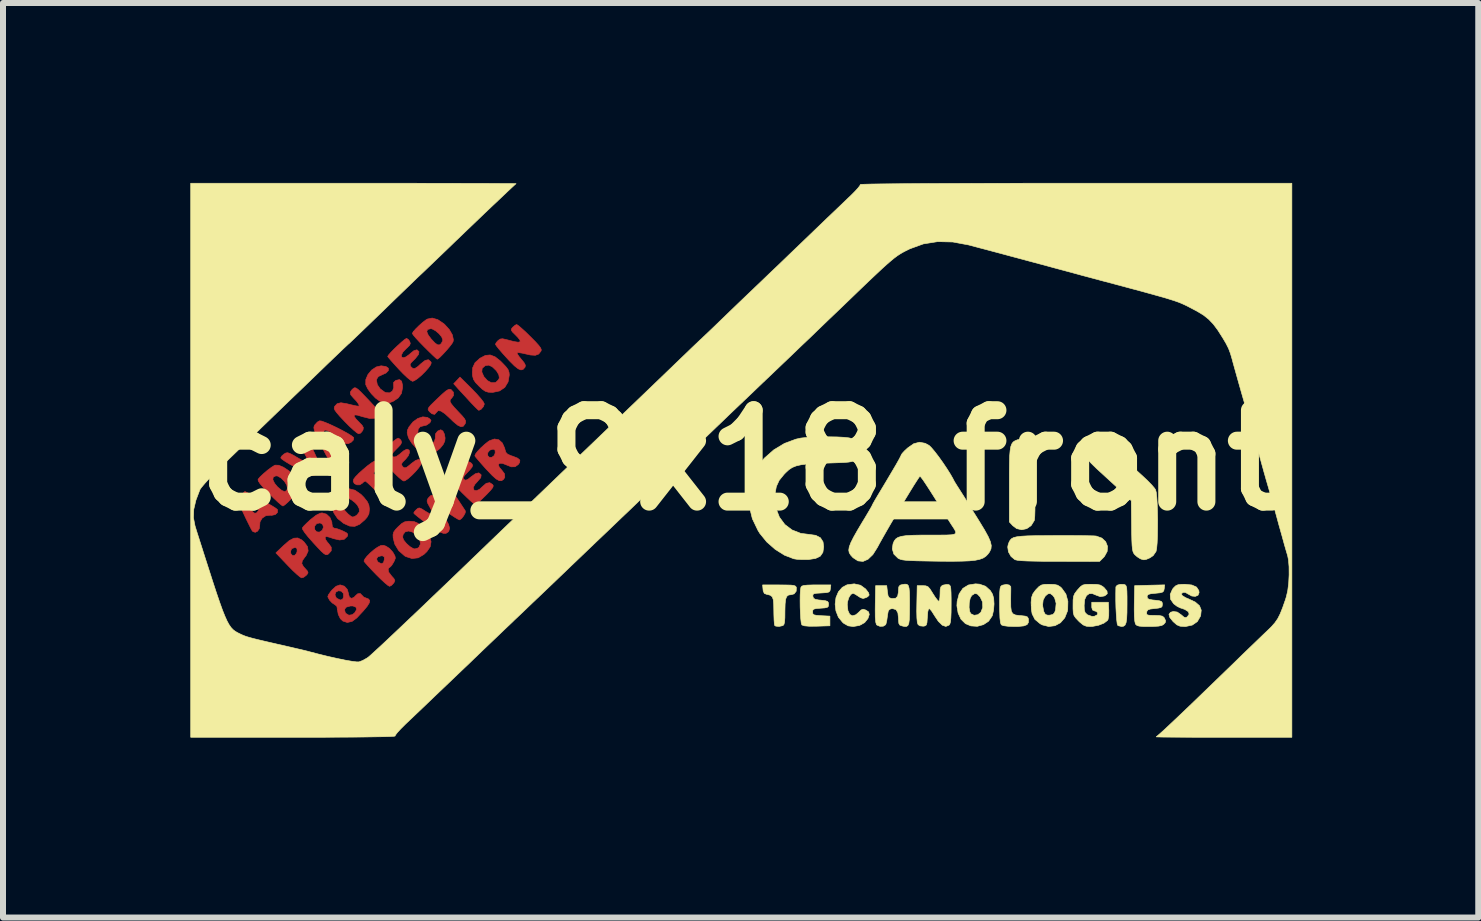
<source format=kicad_pcb>
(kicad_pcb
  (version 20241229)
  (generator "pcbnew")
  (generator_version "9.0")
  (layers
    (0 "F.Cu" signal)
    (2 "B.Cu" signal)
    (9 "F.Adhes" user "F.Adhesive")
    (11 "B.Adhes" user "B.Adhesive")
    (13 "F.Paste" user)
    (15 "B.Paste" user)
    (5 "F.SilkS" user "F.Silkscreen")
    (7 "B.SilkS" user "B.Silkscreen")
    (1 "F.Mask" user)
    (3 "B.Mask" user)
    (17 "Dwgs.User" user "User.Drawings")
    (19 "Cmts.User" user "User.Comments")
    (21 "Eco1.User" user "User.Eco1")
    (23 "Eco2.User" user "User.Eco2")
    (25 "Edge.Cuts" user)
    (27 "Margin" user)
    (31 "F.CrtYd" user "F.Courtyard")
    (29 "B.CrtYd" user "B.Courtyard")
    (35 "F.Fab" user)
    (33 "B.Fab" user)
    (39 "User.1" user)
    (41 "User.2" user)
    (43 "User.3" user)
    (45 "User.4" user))
  (footprint "caly_9x18_front"
    (layer "F.Cu")
    (at 9.296 4.623)
    (property "Reference" "caly_9x18_front" (at 0 0 0) (layer "F.SilkS") (effects (font (size 1.524 1.524) (thickness 0.3))))
    (attr through_hole)
    (fp_poly (pts (xy -4.475 -1.185) (xy -4.395 -1.101) (xy -4.33 -1.027) (xy -4.287 -0.971) (xy -4.272 -0.938) (xy -4.288 -0.894) (xy -4.325 -0.851) (xy -4.364 -0.832) (xy -4.384 -0.848) (xy -4.427 -0.89) (xy -4.487 -0.952) (xy -4.526 -0.994) (xy -4.598 -1.073) (xy -4.665 -1.145) (xy -4.715 -1.2) (xy -4.729 -1.216) (xy -4.783 -1.276) (xy -4.73 -1.331) (xy -4.678 -1.387) (xy -4.475 -1.185)) (stroke (width 0.01) (type solid)) (fill yes) (layer "F.Cu"))
    (fp_poly (pts (xy -6.042 0.043) (xy -6.04 0.096) (xy -6.072 0.154) (xy -6.121 0.216) (xy -5.97 0.369) (xy -5.904 0.438) (xy -5.852 0.496) (xy -5.823 0.536) (xy -5.819 0.545) (xy -5.836 0.58) (xy -5.875 0.619) (xy -5.915 0.644) (xy -5.926 0.647) (xy -5.952 0.631) (xy -6 0.589) (xy -6.063 0.529) (xy -6.094 0.496) (xy -6.16 0.43) (xy -6.215 0.379) (xy -6.25 0.35) (xy -6.257 0.346) (xy -6.285 0.362) (xy -6.304 0.381) (xy -6.348 0.409) (xy -6.397 0.409) (xy -6.439 0.388) (xy -6.458 0.351) (xy -6.45 0.315) (xy -6.417 0.272) (xy -6.361 0.215) (xy -6.293 0.154) (xy -6.222 0.094) (xy -6.156 0.045) (xy -6.107 0.015) (xy -6.084 0.009) (xy -6.042 0.043)) (stroke (width 0.01) (type solid)) (fill yes) (layer "F.Cu"))
    (fp_poly (pts (xy -4.826 -1.178) (xy -4.787 -1.135) (xy -4.785 -1.081) (xy -4.814 -1.039) (xy -4.839 -1.012) (xy -4.844 -0.983) (xy -4.825 -0.944) (xy -4.779 -0.887) (xy -4.708 -0.811) (xy -4.64 -0.739) (xy -4.601 -0.691) (xy -4.584 -0.656) (xy -4.585 -0.628) (xy -4.592 -0.609) (xy -4.622 -0.568) (xy -4.661 -0.559) (xy -4.715 -0.584) (xy -4.789 -0.645) (xy -4.838 -0.693) (xy -4.928 -0.776) (xy -4.996 -0.821) (xy -5.043 -0.828) (xy -5.071 -0.797) (xy -5.072 -0.797) (xy -5.101 -0.765) (xy -5.145 -0.775) (xy -5.186 -0.81) (xy -5.204 -0.833) (xy -5.21 -0.853) (xy -5.198 -0.88) (xy -5.165 -0.919) (xy -5.105 -0.978) (xy -5.051 -1.03) (xy -4.969 -1.107) (xy -4.913 -1.155) (xy -4.874 -1.179) (xy -4.846 -1.184) (xy -4.826 -1.178)) (stroke (width 0.01) (type solid)) (fill yes) (layer "F.Cu"))
    (fp_poly (pts (xy -7.317 1.327) (xy -7.275 1.364) (xy -7.22 1.439) (xy -7.209 1.512) (xy -7.243 1.588) (xy -7.262 1.612) (xy -7.306 1.674) (xy -7.315 1.723) (xy -7.287 1.774) (xy -7.258 1.805) (xy -7.22 1.848) (xy -7.211 1.876) (xy -7.228 1.904) (xy -7.239 1.916) (xy -7.283 1.95) (xy -7.318 1.96) (xy -7.347 1.943) (xy -7.4 1.898) (xy -7.47 1.833) (xy -7.548 1.753) (xy -7.551 1.75) (xy -7.747 1.544) (xy -7.721 1.519) (xy -7.503 1.519) (xy -7.496 1.56) (xy -7.468 1.59) (xy -7.432 1.584) (xy -7.403 1.551) (xy -7.393 1.518) (xy -7.395 1.471) (xy -7.42 1.455) (xy -7.434 1.455) (xy -7.483 1.473) (xy -7.503 1.519) (xy -7.721 1.519) (xy -7.616 1.419) (xy -7.524 1.339) (xy -7.448 1.299) (xy -7.382 1.295) (xy -7.317 1.327)) (stroke (width 0.01) (type solid)) (fill yes) (layer "F.Cu"))
    (fp_poly (pts (xy -5.912 -1.563) (xy -5.872 -1.535) (xy -5.871 -1.496) (xy -5.911 -1.455) (xy -5.981 -1.423) (xy -6.039 -1.396) (xy -6.065 -1.355) (xy -6.069 -1.331) (xy -6.056 -1.26) (xy -6.008 -1.191) (xy -5.936 -1.138) (xy -5.914 -1.128) (xy -5.851 -1.124) (xy -5.803 -1.155) (xy -5.782 -1.212) (xy -5.784 -1.247) (xy -5.785 -1.297) (xy -5.753 -1.328) (xy -5.742 -1.333) (xy -5.686 -1.345) (xy -5.651 -1.319) (xy -5.636 -1.252) (xy -5.635 -1.213) (xy -5.653 -1.116) (xy -5.707 -1.04) (xy -5.79 -0.984) (xy -5.87 -0.953) (xy -5.94 -0.955) (xy -6.019 -0.988) (xy -6.087 -1.038) (xy -6.156 -1.11) (xy -6.214 -1.189) (xy -6.248 -1.259) (xy -6.249 -1.263) (xy -6.248 -1.346) (xy -6.212 -1.43) (xy -6.151 -1.504) (xy -6.073 -1.556) (xy -5.992 -1.575) (xy -5.912 -1.563)) (stroke (width 0.01) (type solid)) (fill yes) (layer "F.Cu"))
    (fp_poly (pts (xy -7.251 -0.402) (xy -7.228 -0.368) (xy -7.193 -0.304) (xy -7.15 -0.219) (xy -7.105 -0.125) (xy -7.062 -0.031) (xy -7.026 0.051) (xy -7.003 0.111) (xy -6.997 0.136) (xy -7.016 0.189) (xy -7.064 0.233) (xy -7.121 0.253) (xy -7.125 0.253) (xy -7.162 0.242) (xy -7.23 0.213) (xy -7.319 0.17) (xy -7.417 0.12) (xy -7.513 0.067) (xy -7.592 0.019) (xy -7.645 -0.018) (xy -7.666 -0.04) (xy -7.666 -0.04) (xy -7.648 -0.072) (xy -7.61 -0.105) (xy -7.579 -0.122) (xy -7.55 -0.126) (xy -7.512 -0.113) (xy -7.452 -0.082) (xy -7.395 -0.048) (xy -7.319 -0.004) (xy -7.258 0.029) (xy -7.224 0.045) (xy -7.22 0.046) (xy -7.205 0.033) (xy -7.215 -0.007) (xy -7.25 -0.079) (xy -7.285 -0.142) (xy -7.326 -0.215) (xy -7.355 -0.275) (xy -7.366 -0.309) (xy -7.366 -0.309) (xy -7.351 -0.348) (xy -7.316 -0.384) (xy -7.277 -0.406) (xy -7.251 -0.402)) (stroke (width 0.01) (type solid)) (fill yes) (layer "F.Cu"))
    (fp_poly (pts (xy -6.429 0.499) (xy -6.328 0.569) (xy -6.279 0.619) (xy -6.224 0.688) (xy -6.197 0.745) (xy -6.188 0.808) (xy -6.188 0.819) (xy -6.196 0.892) (xy -6.228 0.951) (xy -6.263 0.991) (xy -6.351 1.067) (xy -6.433 1.102) (xy -6.517 1.097) (xy -6.613 1.054) (xy -6.62 1.05) (xy -6.718 0.971) (xy -6.781 0.877) (xy -6.809 0.778) (xy -6.807 0.743) (xy -6.65 0.743) (xy -6.634 0.786) (xy -6.595 0.841) (xy -6.544 0.895) (xy -6.494 0.935) (xy -6.464 0.947) (xy -6.425 0.932) (xy -6.392 0.909) (xy -6.356 0.86) (xy -6.358 0.806) (xy -6.388 0.748) (xy -6.428 0.705) (xy -6.485 0.661) (xy -6.54 0.63) (xy -6.567 0.623) (xy -6.598 0.642) (xy -6.63 0.685) (xy -6.649 0.732) (xy -6.65 0.743) (xy -6.807 0.743) (xy -6.802 0.679) (xy -6.758 0.591) (xy -6.679 0.519) (xy -6.631 0.494) (xy -6.529 0.474) (xy -6.429 0.499)) (stroke (width 0.01) (type solid)) (fill yes) (layer "F.Cu"))
    (fp_poly (pts (xy -5.44 1.023) (xy -5.378 1.05) (xy -5.319 1.095) (xy -5.255 1.162) (xy -5.201 1.238) (xy -5.185 1.267) (xy -5.16 1.357) (xy -5.174 1.44) (xy -5.229 1.521) (xy -5.28 1.57) (xy -5.375 1.626) (xy -5.478 1.638) (xy -5.581 1.605) (xy -5.6 1.594) (xy -5.699 1.507) (xy -5.765 1.398) (xy -5.79 1.301) (xy -5.792 1.284) (xy -5.634 1.284) (xy -5.616 1.331) (xy -5.571 1.387) (xy -5.514 1.438) (xy -5.457 1.472) (xy -5.43 1.478) (xy -5.379 1.463) (xy -5.362 1.45) (xy -5.336 1.394) (xy -5.349 1.325) (xy -5.4 1.25) (xy -5.401 1.249) (xy -5.469 1.197) (xy -5.535 1.179) (xy -5.591 1.193) (xy -5.626 1.237) (xy -5.634 1.284) (xy -5.792 1.284) (xy -5.794 1.241) (xy -5.783 1.197) (xy -5.751 1.152) (xy -5.709 1.109) (xy -5.649 1.054) (xy -5.599 1.026) (xy -5.541 1.016) (xy -5.514 1.016) (xy -5.44 1.023)) (stroke (width 0.01) (type solid)) (fill yes) (layer "F.Cu"))
    (fp_poly (pts (xy -4.093 -1.725) (xy -4.003 -1.654) (xy -3.98 -1.631) (xy -3.914 -1.562) (xy -3.876 -1.511) (xy -3.86 -1.465) (xy -3.856 -1.422) (xy -3.876 -1.306) (xy -3.931 -1.215) (xy -4.018 -1.156) (xy -4.131 -1.132) (xy -4.14 -1.132) (xy -4.207 -1.135) (xy -4.257 -1.151) (xy -4.309 -1.187) (xy -4.356 -1.231) (xy -4.418 -1.295) (xy -4.453 -1.349) (xy -4.469 -1.41) (xy -4.471 -1.433) (xy -4.47 -1.472) (xy -4.314 -1.472) (xy -4.28 -1.395) (xy -4.22 -1.328) (xy -4.154 -1.293) (xy -4.092 -1.295) (xy -4.076 -1.303) (xy -4.036 -1.342) (xy -4.022 -1.372) (xy -4.031 -1.427) (xy -4.07 -1.492) (xy -4.13 -1.55) (xy -4.146 -1.562) (xy -4.2 -1.586) (xy -4.25 -1.579) (xy -4.261 -1.574) (xy -4.308 -1.533) (xy -4.314 -1.472) (xy -4.47 -1.472) (xy -4.467 -1.541) (xy -4.427 -1.627) (xy -4.345 -1.701) (xy -4.343 -1.702) (xy -4.255 -1.748) (xy -4.175 -1.756) (xy -4.093 -1.725)) (stroke (width 0.01) (type solid)) (fill yes) (layer "F.Cu"))
    (fp_poly (pts (xy -7.997 0.658) (xy -7.896 0.712) (xy -7.811 0.76) (xy -7.749 0.799) (xy -7.72 0.823) (xy -7.719 0.825) (xy -7.721 0.871) (xy -7.757 0.905) (xy -7.817 0.918) (xy -7.842 0.916) (xy -7.915 0.924) (xy -7.976 0.965) (xy -8.012 1.027) (xy -8.016 1.077) (xy -8.023 1.137) (xy -8.051 1.181) (xy -8.09 1.201) (xy -8.129 1.189) (xy -8.144 1.172) (xy -8.169 1.126) (xy -8.205 1.054) (xy -8.248 0.967) (xy -8.291 0.875) (xy -8.331 0.788) (xy -8.331 0.787) (xy -8.191 0.787) (xy -8.153 0.841) (xy -8.147 0.847) (xy -8.106 0.881) (xy -8.074 0.88) (xy -8.067 0.874) (xy -8.04 0.843) (xy -8.036 0.83) (xy -8.055 0.793) (xy -8.098 0.757) (xy -8.147 0.739) (xy -8.153 0.739) (xy -8.191 0.751) (xy -8.191 0.787) (xy -8.331 0.787) (xy -8.362 0.716) (xy -8.38 0.67) (xy -8.382 0.661) (xy -8.366 0.626) (xy -8.328 0.581) (xy -8.323 0.576) (xy -8.263 0.52) (xy -7.997 0.658)) (stroke (width 0.01) (type solid)) (fill yes) (layer "F.Cu"))
    (fp_poly (pts (xy -7.699 0.083) (xy -7.622 0.115) (xy -7.54 0.169) (xy -7.465 0.237) (xy -7.407 0.313) (xy -7.399 0.328) (xy -7.37 0.402) (xy -7.371 0.469) (xy -7.404 0.539) (xy -7.472 0.623) (xy -7.485 0.636) (xy -7.546 0.697) (xy -7.597 0.742) (xy -7.628 0.762) (xy -7.63 0.762) (xy -7.656 0.746) (xy -7.706 0.704) (xy -7.774 0.64) (xy -7.853 0.563) (xy -7.86 0.556) (xy -7.951 0.46) (xy -8.011 0.39) (xy -8.041 0.344) (xy -8.043 0.324) (xy -7.798 0.324) (xy -7.768 0.385) (xy -7.721 0.442) (xy -7.65 0.503) (xy -7.598 0.523) (xy -7.565 0.501) (xy -7.555 0.465) (xy -7.566 0.412) (xy -7.604 0.352) (xy -7.658 0.298) (xy -7.713 0.264) (xy -7.746 0.259) (xy -7.791 0.28) (xy -7.798 0.324) (xy -8.043 0.324) (xy -8.044 0.317) (xy -8.043 0.316) (xy -8.01 0.277) (xy -7.953 0.223) (xy -7.885 0.165) (xy -7.819 0.116) (xy -7.769 0.085) (xy -7.76 0.081) (xy -7.699 0.083)) (stroke (width 0.01) (type solid)) (fill yes) (layer "F.Cu"))
    (fp_poly (pts (xy -5.222 -0.715) (xy -5.185 -0.693) (xy -5.161 -0.667) (xy -5.17 -0.64) (xy -5.187 -0.62) (xy -5.236 -0.586) (xy -5.275 -0.577) (xy -5.34 -0.561) (xy -5.375 -0.518) (xy -5.38 -0.458) (xy -5.353 -0.391) (xy -5.294 -0.325) (xy -5.294 -0.325) (xy -5.238 -0.283) (xy -5.195 -0.258) (xy -5.182 -0.254) (xy -5.139 -0.274) (xy -5.103 -0.319) (xy -5.088 -0.371) (xy -5.09 -0.388) (xy -5.086 -0.44) (xy -5.051 -0.486) (xy -5.001 -0.508) (xy -4.997 -0.508) (xy -4.963 -0.488) (xy -4.938 -0.437) (xy -4.926 -0.371) (xy -4.931 -0.32) (xy -4.957 -0.265) (xy -5.005 -0.205) (xy -5.025 -0.186) (xy -5.092 -0.137) (xy -5.162 -0.118) (xy -5.208 -0.115) (xy -5.275 -0.12) (xy -5.328 -0.141) (xy -5.387 -0.185) (xy -5.411 -0.207) (xy -5.478 -0.281) (xy -5.528 -0.359) (xy -5.541 -0.39) (xy -5.558 -0.455) (xy -5.554 -0.502) (xy -5.528 -0.556) (xy -5.461 -0.64) (xy -5.382 -0.697) (xy -5.298 -0.724) (xy -5.222 -0.715)) (stroke (width 0.01) (type solid)) (fill yes) (layer "F.Cu"))
    (fp_poly (pts (xy -5.049 -2.345) (xy -4.949 -2.278) (xy -4.935 -2.266) (xy -4.856 -2.179) (xy -4.805 -2.091) (xy -4.788 -2.01) (xy -4.793 -1.978) (xy -4.813 -1.943) (xy -4.855 -1.889) (xy -4.909 -1.826) (xy -4.965 -1.765) (xy -5.015 -1.715) (xy -5.05 -1.688) (xy -5.057 -1.686) (xy -5.077 -1.701) (xy -5.123 -1.743) (xy -5.188 -1.806) (xy -5.265 -1.882) (xy -5.271 -1.888) (xy -5.348 -1.967) (xy -5.412 -2.036) (xy -5.455 -2.087) (xy -5.472 -2.114) (xy -5.473 -2.114) (xy -5.456 -2.144) (xy -5.455 -2.145) (xy -5.232 -2.145) (xy -5.207 -2.087) (xy -5.158 -2.022) (xy -5.097 -1.957) (xy -5.054 -1.926) (xy -5.021 -1.923) (xy -4.992 -1.944) (xy -4.967 -1.99) (xy -4.965 -2.009) (xy -4.983 -2.056) (xy -5.028 -2.111) (xy -5.086 -2.16) (xy -5.143 -2.19) (xy -5.164 -2.194) (xy -5.217 -2.181) (xy -5.232 -2.145) (xy -5.455 -2.145) (xy -5.414 -2.192) (xy -5.358 -2.247) (xy -5.297 -2.301) (xy -5.243 -2.342) (xy -5.223 -2.354) (xy -5.141 -2.371) (xy -5.049 -2.345)) (stroke (width 0.01) (type solid)) (fill yes) (layer "F.Cu"))
    (fp_poly (pts (xy -6.984 -0.653) (xy -6.918 -0.629) (xy -6.832 -0.592) (xy -6.737 -0.547) (xy -6.641 -0.498) (xy -6.555 -0.451) (xy -6.489 -0.41) (xy -6.452 -0.381) (xy -6.449 -0.375) (xy -6.455 -0.338) (xy -6.49 -0.302) (xy -6.538 -0.278) (xy -6.583 -0.278) (xy -6.587 -0.28) (xy -6.641 -0.286) (xy -6.696 -0.26) (xy -6.74 -0.213) (xy -6.761 -0.157) (xy -6.756 -0.124) (xy -6.757 -0.07) (xy -6.787 -0.018) (xy -6.824 0.008) (xy -6.844 0.005) (xy -6.87 -0.024) (xy -6.906 -0.081) (xy -6.954 -0.173) (xy -6.996 -0.258) (xy -7.05 -0.371) (xy -7.086 -0.451) (xy -7.09 -0.461) (xy -6.95 -0.461) (xy -6.936 -0.392) (xy -6.899 -0.339) (xy -6.85 -0.308) (xy -6.799 -0.309) (xy -6.768 -0.332) (xy -6.752 -0.38) (xy -6.779 -0.43) (xy -6.841 -0.473) (xy -6.904 -0.501) (xy -6.937 -0.503) (xy -6.95 -0.479) (xy -6.95 -0.461) (xy -7.09 -0.461) (xy -7.107 -0.506) (xy -7.114 -0.542) (xy -7.109 -0.569) (xy -7.097 -0.591) (xy -7.055 -0.637) (xy -7.019 -0.658) (xy -6.984 -0.653)) (stroke (width 0.01) (type solid)) (fill yes) (layer "F.Cu"))
    (fp_poly (pts (xy -5.911 1.432) (xy -5.853 1.47) (xy -5.8 1.529) (xy -5.792 1.541) (xy -5.762 1.595) (xy -5.755 1.632) (xy -5.771 1.674) (xy -5.784 1.7) (xy -5.815 1.75) (xy -5.839 1.777) (xy -5.843 1.778) (xy -5.865 1.796) (xy -5.875 1.817) (xy -5.868 1.863) (xy -5.821 1.925) (xy -5.82 1.927) (xy -5.778 1.974) (xy -5.764 2.005) (xy -5.776 2.036) (xy -5.786 2.05) (xy -5.823 2.088) (xy -5.852 2.101) (xy -5.879 2.086) (xy -5.931 2.043) (xy -5.999 1.98) (xy -6.076 1.904) (xy -6.152 1.825) (xy -6.215 1.757) (xy -6.259 1.707) (xy -6.278 1.682) (xy -6.267 1.651) (xy -6.261 1.643) (xy -6.068 1.643) (xy -6.054 1.685) (xy -6.037 1.701) (xy -5.986 1.725) (xy -5.953 1.706) (xy -5.939 1.655) (xy -5.94 1.61) (xy -5.967 1.594) (xy -5.991 1.593) (xy -6.045 1.608) (xy -6.068 1.643) (xy -6.261 1.643) (xy -6.23 1.602) (xy -6.174 1.545) (xy -6.11 1.49) (xy -6.055 1.451) (xy -5.998 1.421) (xy -5.953 1.418) (xy -5.911 1.432)) (stroke (width 0.01) (type solid)) (fill yes) (layer "F.Cu"))
    (fp_poly (pts (xy -4.031 -0.342) (xy -3.972 -0.289) (xy -3.932 -0.2) (xy -3.928 -0.18) (xy -3.913 -0.132) (xy -3.883 -0.101) (xy -3.825 -0.076) (xy -3.799 -0.068) (xy -3.718 -0.036) (xy -3.68 -0.003) (xy -3.683 0.036) (xy -3.707 0.071) (xy -3.76 0.108) (xy -3.824 0.109) (xy -3.894 0.081) (xy -3.97 0.051) (xy -4.02 0.05) (xy -4.039 0.074) (xy -4.022 0.118) (xy -3.983 0.162) (xy -3.935 0.226) (xy -3.931 0.284) (xy -3.953 0.319) (xy -3.986 0.341) (xy -4.025 0.339) (xy -4.074 0.312) (xy -4.139 0.255) (xy -4.225 0.164) (xy -4.241 0.148) (xy -4.313 0.067) (xy -4.373 -0.002) (xy -4.414 -0.051) (xy -4.43 -0.074) (xy -4.428 -0.079) (xy -4.217 -0.079) (xy -4.187 -0.049) (xy -4.146 -0.05) (xy -4.108 -0.078) (xy -4.091 -0.121) (xy -4.093 -0.168) (xy -4.118 -0.184) (xy -4.129 -0.185) (xy -4.182 -0.168) (xy -4.215 -0.126) (xy -4.217 -0.079) (xy -4.428 -0.079) (xy -4.42 -0.103) (xy -4.383 -0.151) (xy -4.328 -0.209) (xy -4.264 -0.267) (xy -4.202 -0.316) (xy -4.186 -0.326) (xy -4.104 -0.355) (xy -4.031 -0.342)) (stroke (width 0.01) (type solid)) (fill yes) (layer "F.Cu"))
    (fp_poly (pts (xy -3.707 -2.247) (xy -3.657 -2.205) (xy -3.588 -2.143) (xy -3.51 -2.066) (xy -3.506 -2.063) (xy -3.42 -1.976) (xy -3.364 -1.914) (xy -3.333 -1.871) (xy -3.322 -1.841) (xy -3.327 -1.821) (xy -3.366 -1.771) (xy -3.422 -1.75) (xy -3.503 -1.755) (xy -3.566 -1.769) (xy -3.641 -1.786) (xy -3.7 -1.795) (xy -3.724 -1.795) (xy -3.723 -1.776) (xy -3.696 -1.733) (xy -3.659 -1.688) (xy -3.609 -1.627) (xy -3.588 -1.586) (xy -3.592 -1.556) (xy -3.594 -1.551) (xy -3.625 -1.516) (xy -3.661 -1.506) (xy -3.708 -1.525) (xy -3.771 -1.575) (xy -3.854 -1.658) (xy -3.898 -1.706) (xy -3.971 -1.787) (xy -4.031 -1.857) (xy -4.072 -1.909) (xy -4.087 -1.934) (xy -4.087 -1.934) (xy -4.072 -1.964) (xy -4.042 -1.997) (xy -4.007 -2.021) (xy -3.968 -2.026) (xy -3.906 -2.012) (xy -3.897 -2.01) (xy -3.783 -1.98) (xy -3.709 -1.968) (xy -3.675 -1.976) (xy -3.678 -2.004) (xy -3.717 -2.053) (xy -3.755 -2.091) (xy -3.804 -2.14) (xy -3.823 -2.17) (xy -3.817 -2.195) (xy -3.798 -2.218) (xy -3.758 -2.252) (xy -3.732 -2.263) (xy -3.707 -2.247)) (stroke (width 0.01) (type solid)) (fill yes) (layer "F.Cu"))
    (fp_poly (pts (xy -5.677 -0.351) (xy -5.659 -0.327) (xy -5.652 -0.295) (xy -5.669 -0.26) (xy -5.717 -0.208) (xy -5.728 -0.198) (xy -5.788 -0.136) (xy -5.814 -0.095) (xy -5.808 -0.069) (xy -5.783 -0.054) (xy -5.741 -0.061) (xy -5.683 -0.102) (xy -5.672 -0.112) (xy -5.618 -0.157) (xy -5.571 -0.182) (xy -5.558 -0.185) (xy -5.525 -0.169) (xy -5.519 -0.129) (xy -5.539 -0.076) (xy -5.582 -0.021) (xy -5.588 -0.015) (xy -5.639 0.035) (xy -5.654 0.071) (xy -5.637 0.102) (xy -5.623 0.115) (xy -5.597 0.127) (xy -5.563 0.115) (xy -5.512 0.075) (xy -5.494 0.059) (xy -5.419 0.003) (xy -5.362 -0.016) (xy -5.325 0.004) (xy -5.315 0.032) (xy -5.327 0.068) (xy -5.365 0.124) (xy -5.42 0.189) (xy -5.483 0.253) (xy -5.544 0.307) (xy -5.593 0.34) (xy -5.614 0.346) (xy -5.644 0.33) (xy -5.697 0.286) (xy -5.765 0.221) (xy -5.839 0.144) (xy -5.912 0.064) (xy -5.972 -0.007) (xy -6.012 -0.059) (xy -6.027 -0.085) (xy -6.01 -0.111) (xy -5.967 -0.158) (xy -5.908 -0.215) (xy -5.842 -0.273) (xy -5.779 -0.324) (xy -5.73 -0.359) (xy -5.707 -0.369) (xy -5.677 -0.351)) (stroke (width 0.01) (type solid)) (fill yes) (layer "F.Cu"))
    (fp_poly (pts (xy -5.539 -2.014) (xy -5.517 -1.983) (xy -5.506 -1.949) (xy -5.517 -1.918) (xy -5.559 -1.875) (xy -5.574 -1.862) (xy -5.629 -1.804) (xy -5.655 -1.754) (xy -5.65 -1.72) (xy -5.618 -1.709) (xy -5.578 -1.724) (xy -5.525 -1.762) (xy -5.504 -1.781) (xy -5.445 -1.828) (xy -5.399 -1.841) (xy -5.393 -1.84) (xy -5.361 -1.81) (xy -5.37 -1.763) (xy -5.422 -1.697) (xy -5.442 -1.677) (xy -5.492 -1.627) (xy -5.51 -1.595) (xy -5.503 -1.569) (xy -5.497 -1.561) (xy -5.464 -1.531) (xy -5.429 -1.531) (xy -5.382 -1.561) (xy -5.331 -1.608) (xy -5.26 -1.664) (xy -5.205 -1.677) (xy -5.166 -1.646) (xy -5.157 -1.626) (xy -5.166 -1.594) (xy -5.202 -1.542) (xy -5.257 -1.48) (xy -5.32 -1.417) (xy -5.384 -1.363) (xy -5.438 -1.327) (xy -5.468 -1.316) (xy -5.5 -1.333) (xy -5.555 -1.377) (xy -5.626 -1.444) (xy -5.694 -1.515) (xy -5.766 -1.594) (xy -5.826 -1.661) (xy -5.867 -1.709) (xy -5.883 -1.73) (xy -5.87 -1.753) (xy -5.832 -1.797) (xy -5.777 -1.854) (xy -5.714 -1.914) (xy -5.652 -1.97) (xy -5.602 -2.012) (xy -5.57 -2.032) (xy -5.568 -2.032) (xy -5.539 -2.014)) (stroke (width 0.01) (type solid)) (fill yes) (layer "F.Cu"))
    (fp_poly (pts (xy -6.407 -1.203) (xy -6.374 -1.179) (xy -6.326 -1.133) (xy -6.257 -1.062) (xy -6.162 -0.962) (xy -6.154 -0.953) (xy -6.082 -0.876) (xy -6.039 -0.825) (xy -6.018 -0.792) (xy -6.017 -0.769) (xy -6.031 -0.747) (xy -6.038 -0.739) (xy -6.098 -0.701) (xy -6.183 -0.697) (xy -6.296 -0.725) (xy -6.304 -0.727) (xy -6.39 -0.753) (xy -6.436 -0.756) (xy -6.443 -0.734) (xy -6.411 -0.688) (xy -6.358 -0.633) (xy -6.309 -0.582) (xy -6.289 -0.546) (xy -6.293 -0.512) (xy -6.3 -0.495) (xy -6.333 -0.454) (xy -6.367 -0.442) (xy -6.398 -0.459) (xy -6.452 -0.504) (xy -6.523 -0.569) (xy -6.6 -0.647) (xy -6.682 -0.734) (xy -6.735 -0.796) (xy -6.765 -0.838) (xy -6.775 -0.867) (xy -6.77 -0.891) (xy -6.768 -0.897) (xy -6.726 -0.943) (xy -6.663 -0.959) (xy -6.571 -0.944) (xy -6.569 -0.944) (xy -6.492 -0.925) (xy -6.42 -0.909) (xy -6.411 -0.907) (xy -6.367 -0.902) (xy -6.358 -0.915) (xy -6.369 -0.938) (xy -6.402 -0.984) (xy -6.45 -1.035) (xy -6.452 -1.037) (xy -6.499 -1.091) (xy -6.507 -1.135) (xy -6.477 -1.179) (xy -6.468 -1.187) (xy -6.449 -1.203) (xy -6.43 -1.21) (xy -6.407 -1.203)) (stroke (width 0.01) (type solid)) (fill yes) (layer "F.Cu"))
    (fp_poly (pts (xy -4.5 0.039) (xy -4.479 0.059) (xy -4.467 0.084) (xy -4.477 0.114) (xy -4.514 0.16) (xy -4.546 0.194) (xy -4.599 0.251) (xy -4.622 0.286) (xy -4.62 0.309) (xy -4.61 0.321) (xy -4.582 0.332) (xy -4.546 0.318) (xy -4.496 0.278) (xy -4.421 0.224) (xy -4.365 0.21) (xy -4.329 0.237) (xy -4.325 0.246) (xy -4.332 0.291) (xy -4.383 0.349) (xy -4.383 0.35) (xy -4.429 0.401) (xy -4.455 0.45) (xy -4.457 0.461) (xy -4.442 0.5) (xy -4.404 0.507) (xy -4.353 0.485) (xy -4.303 0.439) (xy -4.24 0.384) (xy -4.182 0.373) (xy -4.133 0.405) (xy -4.123 0.426) (xy -4.132 0.455) (xy -4.165 0.497) (xy -4.225 0.561) (xy -4.253 0.589) (xy -4.321 0.655) (xy -4.378 0.706) (xy -4.416 0.735) (xy -4.424 0.739) (xy -4.448 0.723) (xy -4.497 0.681) (xy -4.564 0.618) (xy -4.642 0.542) (xy -4.648 0.536) (xy -4.725 0.457) (xy -4.788 0.388) (xy -4.832 0.337) (xy -4.849 0.31) (xy -4.849 0.309) (xy -4.833 0.282) (xy -4.79 0.235) (xy -4.731 0.177) (xy -4.666 0.118) (xy -4.605 0.067) (xy -4.557 0.033) (xy -4.536 0.023) (xy -4.5 0.039)) (stroke (width 0.01) (type solid)) (fill yes) (layer "F.Cu"))
    (fp_poly (pts (xy -6.904 0.898) (xy -6.846 0.953) (xy -6.814 1.029) (xy -6.812 1.058) (xy -6.804 1.112) (xy -6.779 1.131) (xy -6.771 1.132) (xy -6.727 1.141) (xy -6.661 1.165) (xy -6.632 1.178) (xy -6.573 1.207) (xy -6.549 1.231) (xy -6.552 1.258) (xy -6.557 1.269) (xy -6.607 1.317) (xy -6.685 1.329) (xy -6.786 1.306) (xy -6.85 1.284) (xy -6.897 1.272) (xy -6.907 1.27) (xy -6.927 1.285) (xy -6.919 1.321) (xy -6.886 1.369) (xy -6.869 1.386) (xy -6.824 1.449) (xy -6.824 1.509) (xy -6.869 1.56) (xy -6.872 1.563) (xy -6.894 1.574) (xy -6.917 1.573) (xy -6.946 1.556) (xy -6.989 1.518) (xy -7.051 1.453) (xy -7.121 1.377) (xy -7.208 1.279) (xy -7.269 1.202) (xy -7.3 1.153) (xy -7.101 1.153) (xy -7.069 1.192) (xy -7.022 1.198) (xy -6.975 1.168) (xy -6.974 1.167) (xy -6.954 1.116) (xy -6.967 1.069) (xy -7.01 1.044) (xy -7.01 1.044) (xy -7.066 1.055) (xy -7.1 1.097) (xy -7.101 1.153) (xy -7.3 1.153) (xy -7.302 1.149) (xy -7.306 1.128) (xy -7.283 1.098) (xy -7.234 1.049) (xy -7.171 0.99) (xy -7.167 0.987) (xy -7.076 0.916) (xy -7.006 0.882) (xy -6.977 0.877) (xy -6.904 0.898)) (stroke (width 0.01) (type solid)) (fill yes) (layer "F.Cu"))
    (fp_poly (pts (xy -6.605 2.099) (xy -6.556 2.153) (xy -6.535 2.228) (xy -6.535 2.234) (xy -6.52 2.285) (xy -6.483 2.302) (xy -6.44 2.281) (xy -6.428 2.266) (xy -6.384 2.226) (xy -6.342 2.22) (xy -6.313 2.249) (xy -6.283 2.28) (xy -6.247 2.295) (xy -6.203 2.312) (xy -6.183 2.338) (xy -6.19 2.377) (xy -6.225 2.434) (xy -6.29 2.512) (xy -6.387 2.616) (xy -6.397 2.627) (xy -6.477 2.686) (xy -6.557 2.704) (xy -6.63 2.68) (xy -6.672 2.641) (xy -6.707 2.569) (xy -6.719 2.502) (xy -6.722 2.485) (xy -6.603 2.485) (xy -6.592 2.535) (xy -6.58 2.553) (xy -6.53 2.583) (xy -6.471 2.573) (xy -6.432 2.541) (xy -6.401 2.488) (xy -6.412 2.449) (xy -6.461 2.429) (xy -6.505 2.429) (xy -6.573 2.448) (xy -6.603 2.485) (xy -6.722 2.485) (xy -6.73 2.436) (xy -6.76 2.409) (xy -6.808 2.378) (xy -6.853 2.33) (xy -6.879 2.281) (xy -6.881 2.269) (xy -6.87 2.244) (xy -6.762 2.244) (xy -6.742 2.29) (xy -6.729 2.302) (xy -6.673 2.33) (xy -6.635 2.316) (xy -6.619 2.281) (xy -6.621 2.221) (xy -6.656 2.182) (xy -6.706 2.175) (xy -6.748 2.199) (xy -6.762 2.244) (xy -6.87 2.244) (xy -6.867 2.237) (xy -6.831 2.186) (xy -6.809 2.16) (xy -6.743 2.1) (xy -6.68 2.078) (xy -6.672 2.078) (xy -6.605 2.099)) (stroke (width 0.01) (type solid)) (fill yes) (layer "F.Cu"))
    (fp_poly (pts (xy -4.898 0.383) (xy -4.879 0.408) (xy -4.841 0.463) (xy -4.791 0.536) (xy -4.736 0.62) (xy -4.681 0.703) (xy -4.633 0.776) (xy -4.598 0.829) (xy -4.588 0.846) (xy -4.591 0.878) (xy -4.616 0.925) (xy -4.65 0.969) (xy -4.682 0.992) (xy -4.687 0.993) (xy -4.714 0.981) (xy -4.767 0.949) (xy -4.823 0.912) (xy -4.91 0.856) (xy -4.964 0.831) (xy -4.985 0.839) (xy -4.974 0.879) (xy -4.934 0.953) (xy -4.918 0.978) (xy -4.869 1.067) (xy -4.851 1.133) (xy -4.864 1.181) (xy -4.877 1.196) (xy -4.911 1.218) (xy -4.955 1.218) (xy -5.015 1.196) (xy -5.096 1.148) (xy -5.206 1.072) (xy -5.224 1.059) (xy -5.311 0.995) (xy -5.383 0.939) (xy -5.431 0.899) (xy -5.449 0.879) (xy -5.449 0.879) (xy -5.434 0.852) (xy -5.404 0.821) (xy -5.376 0.799) (xy -5.35 0.795) (xy -5.311 0.813) (xy -5.249 0.853) (xy -5.188 0.888) (xy -5.145 0.905) (xy -5.131 0.903) (xy -5.137 0.871) (xy -5.162 0.815) (xy -5.182 0.779) (xy -5.216 0.717) (xy -5.227 0.679) (xy -5.218 0.647) (xy -5.205 0.628) (xy -5.164 0.587) (xy -5.115 0.583) (xy -5.052 0.615) (xy -5.024 0.635) (xy -4.952 0.681) (xy -4.909 0.691) (xy -4.896 0.669) (xy -4.917 0.616) (xy -4.953 0.564) (xy -4.989 0.511) (xy -5.009 0.473) (xy -5.011 0.467) (xy -4.995 0.434) (xy -4.96 0.401) (xy -4.921 0.38) (xy -4.898 0.383)) (stroke (width 0.01) (type solid)) (fill yes) (layer "F.Cu"))
    (fp_poly (pts (xy 7.658 -0.346) (xy 7.705 -0.325) (xy 7.754 -0.289) (xy 7.757 -0.287) (xy 7.808 -0.231) (xy 7.827 -0.169) (xy 7.828 -0.142) (xy 7.826 -0.107) (xy 7.815 -0.073) (xy 7.791 -0.035) (xy 7.748 0.015) (xy 7.681 0.083) (xy 7.586 0.176) (xy 7.58 0.182) (xy 7.447 0.307) (xy 7.338 0.403) (xy 7.255 0.469) (xy 7.2 0.503) (xy 7.181 0.507) (xy 7.154 0.498) (xy 7.104 0.477) (xy 7.096 0.474) (xy 7.021 0.423) (xy 6.981 0.347) (xy 6.973 0.275) (xy 6.978 0.237) (xy 6.996 0.197) (xy 7.033 0.148) (xy 7.095 0.081) (xy 7.164 0.012) (xy 7.297 -0.117) (xy 7.403 -0.215) (xy 7.487 -0.284) (xy 7.554 -0.327) (xy 7.61 -0.347) (xy 7.658 -0.346)) (stroke (width 0.01) (type solid)) (fill yes) (layer "F.Mask"))
    (fp_poly (pts (xy -0.485 -4.618) (xy -0.113 -4.618) (xy 0.238 -4.617) (xy 0.562 -4.616) (xy 0.86 -4.614) (xy 1.128 -4.613) (xy 1.364 -4.611) (xy 1.567 -4.609) (xy 1.733 -4.607) (xy 1.86 -4.604) (xy 1.947 -4.601) (xy 1.991 -4.599) (xy 1.996 -4.597) (xy 1.986 -4.574) (xy 1.947 -4.527) (xy 1.888 -4.463) (xy 1.831 -4.407) (xy 1.668 -4.251) (xy 1.48 -4.071) (xy 1.275 -3.875) (xy 1.062 -3.671) (xy 0.849 -3.466) (xy 0.809 -3.428) (xy 0.685 -3.309) (xy 0.548 -3.177) (xy 0.411 -3.046) (xy 0.288 -2.928) (xy 0.231 -2.874) (xy 0.11 -2.759) (xy -0.027 -2.627) (xy -0.166 -2.494) (xy -0.289 -2.375) (xy -0.3 -2.364) (xy -0.399 -2.268) (xy -0.494 -2.177) (xy -0.577 -2.098) (xy -0.639 -2.039) (xy -0.658 -2.021) (xy -0.708 -1.974) (xy -0.783 -1.903) (xy -0.873 -1.817) (xy -0.97 -1.724) (xy -1.004 -1.691) (xy -1.237 -1.466) (xy -1.498 -1.215) (xy -1.789 -0.937) (xy -2.11 -0.629) (xy -2.462 -0.291) (xy -2.632 -0.128) (xy -2.792 0.025) (xy -2.981 0.206) (xy -3.192 0.408) (xy -3.421 0.628) (xy -3.663 0.861) (xy -3.912 1.101) (xy -4.165 1.344) (xy -4.388 1.559) (xy -4.66 1.821) (xy -4.917 2.067) (xy -5.155 2.295) (xy -5.374 2.504) (xy -5.572 2.691) (xy -5.746 2.857) (xy -5.896 2.998) (xy -6.02 3.113) (xy -6.115 3.2) (xy -6.181 3.259) (xy -6.212 3.285) (xy -6.273 3.324) (xy -6.336 3.348) (xy -6.408 3.358) (xy -6.497 3.352) (xy -6.613 3.333) (xy -6.762 3.299) (xy -6.8 3.289) (xy -6.924 3.259) (xy -7.037 3.23) (xy -7.131 3.206) (xy -7.194 3.19) (xy -7.204 3.187) (xy -7.255 3.174) (xy -7.34 3.154) (xy -7.451 3.128) (xy -7.576 3.099) (xy -7.643 3.083) (xy -7.824 3.042) (xy -7.967 3.009) (xy -8.076 2.983) (xy -8.16 2.961) (xy -8.223 2.943) (xy -8.272 2.926) (xy -8.314 2.909) (xy -8.354 2.89) (xy -8.371 2.881) (xy -8.412 2.859) (xy -8.448 2.834) (xy -8.481 2.802) (xy -8.514 2.76) (xy -8.547 2.705) (xy -8.582 2.632) (xy -8.621 2.539) (xy -8.665 2.42) (xy -8.716 2.274) (xy -8.776 2.095) (xy -8.845 1.881) (xy -8.926 1.628) (xy -8.959 1.524) (xy -8.998 1.402) (xy -9.034 1.286) (xy -9.065 1.19) (xy -9.086 1.123) (xy -9.089 1.113) (xy -9.119 0.977) (xy -9.119 0.839) (xy -9.088 0.688) (xy -9.025 0.516) (xy -9.013 0.489) (xy -8.986 0.449) (xy -8.931 0.384) (xy -8.854 0.301) (xy -8.762 0.205) (xy -8.663 0.108) (xy -8.534 -0.016) (xy -8.386 -0.159) (xy -8.234 -0.306) (xy -8.091 -0.443) (xy -8.024 -0.508) (xy -7.763 -0.761) (xy -7.533 -0.982) (xy -7.332 -1.176) (xy -7.159 -1.343) (xy -7.012 -1.484) (xy -6.889 -1.603) (xy -6.787 -1.701) (xy -6.706 -1.779) (xy -6.643 -1.839) (xy -6.596 -1.883) (xy -6.564 -1.914) (xy -6.544 -1.932) (xy -6.535 -1.939) (xy -6.535 -1.94) (xy -6.514 -1.958) (xy -6.465 -2.005) (xy -6.391 -2.076) (xy -6.295 -2.167) (xy -6.182 -2.276) (xy -6.057 -2.397) (xy -5.969 -2.482) (xy -5.834 -2.613) (xy -5.707 -2.736) (xy -5.591 -2.848) (xy -5.493 -2.943) (xy -5.416 -3.017) (xy -5.365 -3.066) (xy -5.349 -3.081) (xy -5.315 -3.113) (xy -5.252 -3.173) (xy -5.165 -3.257) (xy -5.059 -3.358) (xy -4.938 -3.475) (xy -4.807 -3.601) (xy -4.734 -3.671) (xy -4.59 -3.809) (xy -4.445 -3.948) (xy -4.306 -4.081) (xy -4.179 -4.203) (xy -4.07 -4.306) (xy -3.987 -4.386) (xy -3.966 -4.406) (xy -3.741 -4.618) (xy -0.879 -4.618) (xy -0.485 -4.618)) (stroke (width 0.01) (type solid)) (fill yes) (layer "F.Mask"))
    (fp_poly (pts (xy 6.387 2.069) (xy 6.396 2.071) (xy 6.415 2.079) (xy 6.427 2.096) (xy 6.436 2.129) (xy 6.44 2.186) (xy 6.442 2.274) (xy 6.442 2.4) (xy 6.441 2.54) (xy 6.436 2.641) (xy 6.426 2.708) (xy 6.409 2.747) (xy 6.384 2.766) (xy 6.351 2.771) (xy 6.301 2.759) (xy 6.288 2.753) (xy 6.278 2.725) (xy 6.27 2.661) (xy 6.263 2.569) (xy 6.257 2.459) (xy 6.254 2.341) (xy 6.254 2.223) (xy 6.256 2.115) (xy 6.256 2.11) (xy 6.278 2.083) (xy 6.327 2.068) (xy 6.387 2.069)) (stroke (width 0.01) (type solid)) (fill yes) (layer "F.SilkS"))
    (fp_poly (pts (xy 4.787 -0.325) (xy 4.849 -0.27) (xy 4.868 -0.235) (xy 4.876 -0.192) (xy 4.884 -0.111) (xy 4.89 -0.001) (xy 4.896 0.132) (xy 4.901 0.277) (xy 4.905 0.429) (xy 4.907 0.578) (xy 4.908 0.716) (xy 4.907 0.837) (xy 4.904 0.931) (xy 4.899 0.99) (xy 4.896 1.004) (xy 4.844 1.088) (xy 4.77 1.14) (xy 4.686 1.158) (xy 4.602 1.139) (xy 4.538 1.091) (xy 4.48 1.028) (xy 4.48 0.409) (xy 4.48 0.21) (xy 4.482 0.052) (xy 4.485 -0.07) (xy 4.493 -0.161) (xy 4.504 -0.227) (xy 4.521 -0.273) (xy 4.543 -0.304) (xy 4.573 -0.324) (xy 4.611 -0.34) (xy 4.622 -0.344) (xy 4.706 -0.352) (xy 4.787 -0.325)) (stroke (width 0.01) (type solid)) (fill yes) (layer "F.SilkS"))
    (fp_poly (pts (xy 5.545 1.255) (xy 5.686 1.256) (xy 5.801 1.258) (xy 5.884 1.26) (xy 5.927 1.263) (xy 5.928 1.263) (xy 6.022 1.297) (xy 6.086 1.357) (xy 6.117 1.435) (xy 6.111 1.52) (xy 6.066 1.602) (xy 6.052 1.618) (xy 5.984 1.686) (xy 5.307 1.685) (xy 5.09 1.685) (xy 4.917 1.682) (xy 4.782 1.679) (xy 4.683 1.674) (xy 4.615 1.667) (xy 4.577 1.658) (xy 4.572 1.656) (xy 4.508 1.603) (xy 4.465 1.527) (xy 4.453 1.446) (xy 4.46 1.409) (xy 4.475 1.366) (xy 4.493 1.333) (xy 4.517 1.307) (xy 4.553 1.288) (xy 4.607 1.275) (xy 4.683 1.266) (xy 4.787 1.26) (xy 4.923 1.257) (xy 5.098 1.256) (xy 5.215 1.255) (xy 5.386 1.255) (xy 5.545 1.255)) (stroke (width 0.01) (type solid)) (fill yes) (layer "F.SilkS"))
    (fp_poly (pts (xy 4.48 2.08) (xy 4.504 2.107) (xy 4.504 2.11) (xy 4.505 2.144) (xy 4.504 2.211) (xy 4.503 2.3) (xy 4.503 2.334) (xy 4.504 2.443) (xy 4.513 2.515) (xy 4.537 2.557) (xy 4.581 2.579) (xy 4.65 2.589) (xy 4.676 2.59) (xy 4.746 2.598) (xy 4.782 2.612) (xy 4.797 2.639) (xy 4.799 2.651) (xy 4.798 2.704) (xy 4.775 2.74) (xy 4.721 2.761) (xy 4.632 2.77) (xy 4.562 2.771) (xy 4.457 2.767) (xy 4.381 2.757) (xy 4.346 2.743) (xy 4.332 2.707) (xy 4.323 2.628) (xy 4.319 2.506) (xy 4.318 2.408) (xy 4.318 2.283) (xy 4.32 2.197) (xy 4.325 2.142) (xy 4.333 2.109) (xy 4.347 2.092) (xy 4.367 2.082) (xy 4.369 2.081) (xy 4.43 2.07) (xy 4.48 2.08)) (stroke (width 0.01) (type solid)) (fill yes) (layer "F.SilkS"))
    (fp_poly (pts (xy 0.76 2.079) (xy 0.839 2.081) (xy 0.888 2.087) (xy 0.915 2.098) (xy 0.927 2.114) (xy 0.929 2.121) (xy 0.927 2.183) (xy 0.892 2.227) (xy 0.846 2.24) (xy 0.8 2.246) (xy 0.77 2.269) (xy 0.751 2.316) (xy 0.742 2.395) (xy 0.739 2.512) (xy 0.739 2.519) (xy 0.738 2.626) (xy 0.733 2.696) (xy 0.723 2.736) (xy 0.708 2.754) (xy 0.702 2.757) (xy 0.641 2.77) (xy 0.588 2.765) (xy 0.57 2.756) (xy 0.563 2.727) (xy 0.558 2.663) (xy 0.555 2.575) (xy 0.554 2.516) (xy 0.552 2.401) (xy 0.545 2.324) (xy 0.528 2.277) (xy 0.498 2.251) (xy 0.453 2.238) (xy 0.439 2.236) (xy 0.396 2.22) (xy 0.377 2.179) (xy 0.374 2.153) (xy 0.367 2.078) (xy 0.642 2.078) (xy 0.76 2.079)) (stroke (width 0.01) (type solid)) (fill yes) (layer "F.SilkS"))
    (fp_poly (pts (xy 3.982 2.065) (xy 4.083 2.1) (xy 4.162 2.171) (xy 4.2 2.233) (xy 4.219 2.302) (xy 4.225 2.396) (xy 4.217 2.497) (xy 4.198 2.584) (xy 4.192 2.598) (xy 4.134 2.683) (xy 4.048 2.74) (xy 3.945 2.768) (xy 3.839 2.761) (xy 3.748 2.723) (xy 3.674 2.65) (xy 3.626 2.547) (xy 3.611 2.454) (xy 3.809 2.454) (xy 3.82 2.523) (xy 3.838 2.558) (xy 3.892 2.584) (xy 3.954 2.575) (xy 4.005 2.535) (xy 4.037 2.453) (xy 4.033 2.361) (xy 3.993 2.278) (xy 3.993 2.278) (xy 3.946 2.229) (xy 3.904 2.221) (xy 3.856 2.252) (xy 3.852 2.255) (xy 3.827 2.302) (xy 3.812 2.375) (xy 3.809 2.454) (xy 3.611 2.454) (xy 3.606 2.425) (xy 3.61 2.354) (xy 3.643 2.228) (xy 3.706 2.135) (xy 3.798 2.079) (xy 3.915 2.06) (xy 3.982 2.065)) (stroke (width 0.01) (type solid)) (fill yes) (layer "F.SilkS"))
    (fp_poly (pts (xy 1.999 2.083) (xy 2.084 2.145) (xy 2.088 2.15) (xy 2.133 2.209) (xy 2.143 2.247) (xy 2.12 2.274) (xy 2.089 2.29) (xy 2.043 2.304) (xy 2 2.291) (xy 1.963 2.267) (xy 1.912 2.234) (xy 1.876 2.217) (xy 1.873 2.217) (xy 1.837 2.237) (xy 1.804 2.29) (xy 1.783 2.359) (xy 1.778 2.408) (xy 1.789 2.506) (xy 1.819 2.569) (xy 1.864 2.593) (xy 1.92 2.576) (xy 1.963 2.54) (xy 2.008 2.496) (xy 2.042 2.483) (xy 2.082 2.495) (xy 2.088 2.497) (xy 2.134 2.528) (xy 2.145 2.571) (xy 2.123 2.637) (xy 2.122 2.639) (xy 2.068 2.706) (xy 1.983 2.753) (xy 1.88 2.771) (xy 1.873 2.771) (xy 1.793 2.76) (xy 1.722 2.72) (xy 1.701 2.702) (xy 1.63 2.615) (xy 1.589 2.51) (xy 1.576 2.399) (xy 1.59 2.289) (xy 1.631 2.192) (xy 1.697 2.117) (xy 1.775 2.076) (xy 1.894 2.06) (xy 1.999 2.083)) (stroke (width 0.01) (type solid)) (fill yes) (layer "F.SilkS"))
    (fp_poly (pts (xy 5.229 2.07) (xy 5.284 2.082) (xy 5.329 2.11) (xy 5.353 2.132) (xy 5.423 2.23) (xy 5.456 2.351) (xy 5.453 2.488) (xy 5.448 2.516) (xy 5.404 2.626) (xy 5.332 2.709) (xy 5.24 2.758) (xy 5.136 2.771) (xy 5.029 2.744) (xy 4.995 2.726) (xy 4.907 2.653) (xy 4.86 2.561) (xy 4.847 2.482) (xy 4.845 2.417) (xy 5.034 2.417) (xy 5.052 2.514) (xy 5.057 2.528) (xy 5.081 2.571) (xy 5.121 2.583) (xy 5.155 2.582) (xy 5.207 2.57) (xy 5.235 2.539) (xy 5.251 2.491) (xy 5.26 2.384) (xy 5.235 2.294) (xy 5.205 2.253) (xy 5.162 2.221) (xy 5.123 2.227) (xy 5.08 2.263) (xy 5.044 2.328) (xy 5.034 2.417) (xy 4.845 2.417) (xy 4.843 2.37) (xy 4.85 2.289) (xy 4.872 2.227) (xy 4.912 2.171) (xy 4.928 2.153) (xy 4.976 2.104) (xy 5.018 2.079) (xy 5.071 2.068) (xy 5.146 2.067) (xy 5.229 2.07)) (stroke (width 0.01) (type solid)) (fill yes) (layer "F.SilkS"))
    (fp_poly (pts (xy 3.469 2.073) (xy 3.485 2.081) (xy 3.497 2.101) (xy 3.504 2.14) (xy 3.508 2.205) (xy 3.51 2.304) (xy 3.51 2.401) (xy 3.509 2.535) (xy 3.505 2.63) (xy 3.499 2.693) (xy 3.488 2.73) (xy 3.475 2.748) (xy 3.421 2.77) (xy 3.362 2.749) (xy 3.296 2.684) (xy 3.235 2.593) (xy 3.185 2.514) (xy 3.152 2.476) (xy 3.132 2.48) (xy 3.12 2.528) (xy 3.113 2.621) (xy 3.112 2.632) (xy 3.107 2.706) (xy 3.096 2.745) (xy 3.073 2.761) (xy 3.046 2.766) (xy 2.991 2.76) (xy 2.959 2.74) (xy 2.946 2.704) (xy 2.939 2.63) (xy 2.936 2.516) (xy 2.938 2.398) (xy 2.944 2.09) (xy 3.035 2.09) (xy 3.086 2.093) (xy 3.123 2.107) (xy 3.156 2.144) (xy 3.198 2.21) (xy 3.202 2.217) (xy 3.245 2.284) (xy 3.282 2.332) (xy 3.302 2.351) (xy 3.315 2.335) (xy 3.323 2.281) (xy 3.325 2.229) (xy 3.327 2.153) (xy 3.338 2.111) (xy 3.36 2.088) (xy 3.376 2.081) (xy 3.435 2.07) (xy 3.469 2.073)) (stroke (width 0.01) (type solid)) (fill yes) (layer "F.SilkS"))
    (fp_poly (pts (xy 2.773 2.068) (xy 2.795 2.088) (xy 2.808 2.131) (xy 2.815 2.203) (xy 2.817 2.31) (xy 2.817 2.416) (xy 2.816 2.556) (xy 2.813 2.655) (xy 2.804 2.72) (xy 2.788 2.756) (xy 2.762 2.771) (xy 2.725 2.769) (xy 2.69 2.761) (xy 2.655 2.748) (xy 2.638 2.72) (xy 2.633 2.665) (xy 2.632 2.635) (xy 2.622 2.543) (xy 2.591 2.49) (xy 2.536 2.473) (xy 2.512 2.475) (xy 2.48 2.486) (xy 2.461 2.516) (xy 2.45 2.577) (xy 2.447 2.598) (xy 2.437 2.671) (xy 2.424 2.726) (xy 2.417 2.742) (xy 2.378 2.766) (xy 2.323 2.768) (xy 2.273 2.747) (xy 2.265 2.739) (xy 2.253 2.699) (xy 2.245 2.616) (xy 2.244 2.488) (xy 2.245 2.398) (xy 2.251 2.09) (xy 2.436 2.09) (xy 2.448 2.194) (xy 2.458 2.258) (xy 2.476 2.29) (xy 2.511 2.303) (xy 2.526 2.305) (xy 2.584 2.301) (xy 2.618 2.267) (xy 2.631 2.197) (xy 2.632 2.167) (xy 2.637 2.11) (xy 2.659 2.082) (xy 2.694 2.072) (xy 2.74 2.065) (xy 2.773 2.068)) (stroke (width 0.01) (type solid)) (fill yes) (layer "F.SilkS"))
    (fp_poly (pts (xy 7.523 2.079) (xy 7.601 2.114) (xy 7.639 2.173) (xy 7.643 2.207) (xy 7.625 2.25) (xy 7.58 2.269) (xy 7.521 2.263) (xy 7.465 2.232) (xy 7.414 2.203) (xy 7.377 2.202) (xy 7.347 2.226) (xy 7.362 2.256) (xy 7.42 2.291) (xy 7.466 2.31) (xy 7.58 2.364) (xy 7.65 2.425) (xy 7.679 2.498) (xy 7.67 2.585) (xy 7.665 2.601) (xy 7.614 2.689) (xy 7.53 2.747) (xy 7.419 2.771) (xy 7.401 2.771) (xy 7.326 2.766) (xy 7.272 2.743) (xy 7.215 2.693) (xy 7.212 2.691) (xy 7.156 2.622) (xy 7.141 2.569) (xy 7.167 2.534) (xy 7.213 2.521) (xy 7.279 2.53) (xy 7.345 2.576) (xy 7.391 2.615) (xy 7.422 2.623) (xy 7.446 2.61) (xy 7.478 2.566) (xy 7.464 2.524) (xy 7.405 2.486) (xy 7.328 2.46) (xy 7.277 2.435) (xy 7.221 2.393) (xy 7.218 2.39) (xy 7.168 2.317) (xy 7.162 2.235) (xy 7.199 2.151) (xy 7.214 2.131) (xy 7.251 2.094) (xy 7.292 2.075) (xy 7.352 2.068) (xy 7.408 2.067) (xy 7.523 2.079)) (stroke (width 0.01) (type solid)) (fill yes) (layer "F.SilkS"))
    (fp_poly (pts (xy 1.497 2.142) (xy 1.49 2.176) (xy 1.472 2.196) (xy 1.433 2.206) (xy 1.36 2.211) (xy 1.344 2.212) (xy 1.264 2.217) (xy 1.222 2.225) (xy 1.205 2.241) (xy 1.205 2.269) (xy 1.205 2.27) (xy 1.216 2.3) (xy 1.245 2.318) (xy 1.303 2.329) (xy 1.339 2.332) (xy 1.412 2.341) (xy 1.45 2.353) (xy 1.464 2.375) (xy 1.466 2.401) (xy 1.463 2.434) (xy 1.445 2.452) (xy 1.402 2.461) (xy 1.333 2.466) (xy 1.259 2.472) (xy 1.219 2.482) (xy 1.203 2.501) (xy 1.201 2.529) (xy 1.204 2.559) (xy 1.222 2.576) (xy 1.264 2.585) (xy 1.341 2.591) (xy 1.345 2.591) (xy 1.489 2.598) (xy 1.489 2.759) (xy 1.27 2.766) (xy 1.146 2.767) (xy 1.065 2.76) (xy 1.024 2.746) (xy 1.021 2.744) (xy 1.011 2.712) (xy 1.003 2.644) (xy 0.997 2.552) (xy 0.993 2.447) (xy 0.992 2.34) (xy 0.993 2.242) (xy 0.998 2.164) (xy 1.006 2.116) (xy 1.007 2.115) (xy 1.021 2.098) (xy 1.053 2.087) (xy 1.112 2.081) (xy 1.204 2.078) (xy 1.262 2.078) (xy 1.504 2.078) (xy 1.497 2.142)) (stroke (width 0.01) (type solid)) (fill yes) (layer "F.SilkS"))
    (fp_poly (pts (xy 7.062 2.141) (xy 7.054 2.177) (xy 7.035 2.197) (xy 6.993 2.209) (xy 6.916 2.217) (xy 6.916 2.217) (xy 6.838 2.225) (xy 6.796 2.237) (xy 6.779 2.257) (xy 6.777 2.274) (xy 6.784 2.302) (xy 6.811 2.318) (xy 6.87 2.329) (xy 6.904 2.332) (xy 6.977 2.341) (xy 7.015 2.353) (xy 7.029 2.375) (xy 7.031 2.401) (xy 7.027 2.435) (xy 7.008 2.454) (xy 6.961 2.465) (xy 6.904 2.471) (xy 6.83 2.48) (xy 6.79 2.494) (xy 6.773 2.518) (xy 6.77 2.534) (xy 6.769 2.563) (xy 6.784 2.579) (xy 6.824 2.585) (xy 6.901 2.586) (xy 6.902 2.586) (xy 6.984 2.589) (xy 7.032 2.599) (xy 7.059 2.621) (xy 7.065 2.631) (xy 7.085 2.675) (xy 7.08 2.704) (xy 7.053 2.735) (xy 7.021 2.754) (xy 6.966 2.765) (xy 6.878 2.77) (xy 6.811 2.771) (xy 6.711 2.77) (xy 6.647 2.765) (xy 6.61 2.755) (xy 6.588 2.737) (xy 6.581 2.725) (xy 6.571 2.681) (xy 6.564 2.599) (xy 6.562 2.485) (xy 6.563 2.384) (xy 6.569 2.09) (xy 6.819 2.083) (xy 7.069 2.077) (xy 7.062 2.141)) (stroke (width 0.01) (type solid)) (fill yes) (layer "F.SilkS"))
    (fp_poly (pts (xy 6.013 -0.347) (xy 6.05 -0.322) (xy 6.111 -0.271) (xy 6.191 -0.203) (xy 6.279 -0.123) (xy 6.297 -0.108) (xy 6.403 -0.01) (xy 6.518 0.095) (xy 6.626 0.193) (xy 6.706 0.266) (xy 6.785 0.34) (xy 6.853 0.41) (xy 6.901 0.466) (xy 6.917 0.49) (xy 6.929 0.534) (xy 6.938 0.616) (xy 6.945 0.726) (xy 6.949 0.855) (xy 6.952 0.994) (xy 6.951 1.133) (xy 6.949 1.265) (xy 6.944 1.379) (xy 6.936 1.467) (xy 6.926 1.519) (xy 6.878 1.589) (xy 6.824 1.626) (xy 6.763 1.652) (xy 6.722 1.659) (xy 6.679 1.648) (xy 6.662 1.641) (xy 6.612 1.609) (xy 6.569 1.571) (xy 6.553 1.549) (xy 6.541 1.521) (xy 6.532 1.479) (xy 6.526 1.418) (xy 6.522 1.329) (xy 6.519 1.206) (xy 6.518 1.097) (xy 6.513 0.674) (xy 6.368 0.538) (xy 6.282 0.457) (xy 6.18 0.363) (xy 6.079 0.271) (xy 6.05 0.244) (xy 5.932 0.136) (xy 5.846 0.052) (xy 5.787 -0.014) (xy 5.75 -0.066) (xy 5.731 -0.111) (xy 5.727 -0.151) (xy 5.746 -0.231) (xy 5.796 -0.299) (xy 5.865 -0.345) (xy 5.943 -0.364) (xy 6.013 -0.347)) (stroke (width 0.01) (type solid)) (fill yes) (layer "F.SilkS"))
    (fp_poly (pts (xy 5.937 2.069) (xy 5.995 2.08) (xy 6.037 2.104) (xy 6.06 2.123) (xy 6.108 2.18) (xy 6.113 2.224) (xy 6.075 2.257) (xy 6.06 2.263) (xy 5.995 2.273) (xy 5.934 2.251) (xy 5.862 2.222) (xy 5.81 2.224) (xy 5.765 2.258) (xy 5.765 2.259) (xy 5.736 2.322) (xy 5.727 2.42) (xy 5.73 2.495) (xy 5.744 2.54) (xy 5.776 2.571) (xy 5.784 2.577) (xy 5.858 2.603) (xy 5.9 2.6) (xy 5.945 2.576) (xy 5.955 2.544) (xy 5.927 2.518) (xy 5.905 2.513) (xy 5.867 2.496) (xy 5.854 2.453) (xy 5.854 2.436) (xy 5.854 2.367) (xy 6.131 2.367) (xy 6.138 2.502) (xy 6.137 2.592) (xy 6.125 2.655) (xy 6.116 2.67) (xy 6.057 2.715) (xy 5.968 2.75) (xy 5.868 2.769) (xy 5.828 2.771) (xy 5.762 2.766) (xy 5.711 2.745) (xy 5.656 2.7) (xy 5.634 2.679) (xy 5.587 2.629) (xy 5.559 2.589) (xy 5.546 2.542) (xy 5.542 2.474) (xy 5.542 2.417) (xy 5.543 2.327) (xy 5.551 2.267) (xy 5.57 2.222) (xy 5.605 2.175) (xy 5.62 2.157) (xy 5.665 2.108) (xy 5.702 2.081) (xy 5.75 2.069) (xy 5.823 2.067) (xy 5.849 2.067) (xy 5.937 2.069)) (stroke (width 0.01) (type solid)) (fill yes) (layer "F.SilkS"))
    (fp_poly (pts (xy 1.61 -0.389) (xy 1.722 -0.383) (xy 1.803 -0.374) (xy 1.828 -0.369) (xy 1.91 -0.326) (xy 1.964 -0.258) (xy 1.987 -0.177) (xy 1.975 -0.094) (xy 1.926 -0.021) (xy 1.904 -0.002) (xy 1.879 0.013) (xy 1.845 0.023) (xy 1.795 0.031) (xy 1.721 0.037) (xy 1.618 0.041) (xy 1.477 0.046) (xy 1.424 0.048) (xy 1.249 0.054) (xy 1.112 0.062) (xy 1.007 0.075) (xy 0.925 0.094) (xy 0.861 0.12) (xy 0.805 0.157) (xy 0.751 0.207) (xy 0.724 0.235) (xy 0.643 0.335) (xy 0.596 0.437) (xy 0.574 0.558) (xy 0.571 0.633) (xy 0.59 0.801) (xy 0.647 0.948) (xy 0.737 1.07) (xy 0.857 1.161) (xy 1.001 1.218) (xy 1.136 1.235) (xy 1.252 1.251) (xy 1.33 1.291) (xy 1.374 1.359) (xy 1.385 1.443) (xy 1.372 1.534) (xy 1.329 1.598) (xy 1.251 1.636) (xy 1.136 1.654) (xy 1.113 1.655) (xy 1.021 1.655) (xy 0.936 1.65) (xy 0.886 1.642) (xy 0.731 1.582) (xy 0.577 1.485) (xy 0.436 1.361) (xy 0.319 1.217) (xy 0.289 1.168) (xy 0.196 0.974) (xy 0.148 0.779) (xy 0.143 0.579) (xy 0.181 0.367) (xy 0.2 0.303) (xy 0.237 0.197) (xy 0.275 0.117) (xy 0.326 0.044) (xy 0.399 -0.038) (xy 0.555 -0.175) (xy 0.733 -0.282) (xy 0.922 -0.352) (xy 1.004 -0.37) (xy 1.095 -0.38) (xy 1.212 -0.387) (xy 1.344 -0.391) (xy 1.481 -0.391) (xy 1.61 -0.389)) (stroke (width 0.01) (type solid)) (fill yes) (layer "F.SilkS"))
    (fp_poly (pts (xy 3.077 -0.283) (xy 3.143 -0.247) (xy 3.18 -0.211) (xy 3.236 -0.145) (xy 3.302 -0.059) (xy 3.372 0.039) (xy 3.439 0.139) (xy 3.497 0.231) (xy 3.54 0.306) (xy 3.548 0.323) (xy 3.568 0.36) (xy 3.606 0.421) (xy 3.647 0.485) (xy 3.694 0.559) (xy 3.735 0.623) (xy 3.757 0.659) (xy 3.778 0.693) (xy 3.819 0.759) (xy 3.874 0.849) (xy 3.94 0.954) (xy 3.982 1.022) (xy 4.067 1.162) (xy 4.127 1.271) (xy 4.164 1.356) (xy 4.179 1.422) (xy 4.174 1.477) (xy 4.15 1.528) (xy 4.121 1.567) (xy 4.086 1.602) (xy 4.043 1.63) (xy 3.986 1.651) (xy 3.911 1.667) (xy 3.813 1.677) (xy 3.685 1.682) (xy 3.524 1.684) (xy 3.323 1.683) (xy 3.255 1.682) (xy 3.075 1.679) (xy 2.936 1.676) (xy 2.83 1.672) (xy 2.754 1.667) (xy 2.699 1.66) (xy 2.661 1.65) (xy 2.634 1.638) (xy 2.624 1.632) (xy 2.555 1.564) (xy 2.529 1.478) (xy 2.541 1.393) (xy 2.56 1.347) (xy 2.586 1.312) (xy 2.624 1.286) (xy 2.681 1.268) (xy 2.763 1.256) (xy 2.875 1.25) (xy 3.024 1.247) (xy 3.153 1.247) (xy 3.314 1.247) (xy 3.433 1.246) (xy 3.515 1.242) (xy 3.565 1.232) (xy 3.586 1.214) (xy 3.584 1.186) (xy 3.562 1.145) (xy 3.526 1.09) (xy 3.509 1.064) (xy 3.474 1.009) (xy 3.42 0.924) (xy 3.354 0.817) (xy 3.28 0.698) (xy 3.226 0.612) (xy 3.155 0.5) (xy 3.092 0.403) (xy 3.041 0.327) (xy 3.005 0.28) (xy 2.99 0.266) (xy 2.974 0.285) (xy 2.939 0.338) (xy 2.887 0.419) (xy 2.823 0.523) (xy 2.75 0.643) (xy 2.671 0.774) (xy 2.591 0.91) (xy 2.511 1.044) (xy 2.437 1.172) (xy 2.372 1.286) (xy 2.318 1.382) (xy 2.28 1.453) (xy 2.205 1.572) (xy 2.124 1.65) (xy 2.041 1.686) (xy 1.956 1.677) (xy 1.875 1.624) (xy 1.869 1.618) (xy 1.834 1.579) (xy 1.811 1.541) (xy 1.803 1.498) (xy 1.811 1.445) (xy 1.837 1.375) (xy 1.882 1.285) (xy 1.948 1.168) (xy 2.036 1.02) (xy 2.07 0.965) (xy 2.121 0.879) (xy 2.162 0.809) (xy 2.188 0.763) (xy 2.194 0.75) (xy 2.205 0.727) (xy 2.234 0.675) (xy 2.277 0.602) (xy 2.295 0.572) (xy 2.417 0.369) (xy 2.514 0.205) (xy 2.589 0.078) (xy 2.641 -0.014) (xy 2.67 -0.07) (xy 2.679 -0.091) (xy 2.695 -0.116) (xy 2.736 -0.16) (xy 2.786 -0.206) (xy 2.886 -0.276) (xy 2.982 -0.301) (xy 3.077 -0.283)) (stroke (width 0.01) (type solid)) (fill yes) (layer "F.SilkS"))
    (fp_poly (pts (xy -6.1 -4.618) (xy -5.764 -4.618) (xy -5.443 -4.618) (xy -5.141 -4.617) (xy -4.862 -4.617) (xy -4.606 -4.616) (xy -4.379 -4.616) (xy -4.181 -4.615) (xy -4.017 -4.614) (xy -3.888 -4.614) (xy -3.798 -4.613) (xy -3.75 -4.612) (xy -3.743 -4.611) (xy -3.767 -4.59) (xy -3.821 -4.54) (xy -3.901 -4.465) (xy -4.004 -4.367) (xy -4.126 -4.252) (xy -4.263 -4.122) (xy -4.412 -3.979) (xy -4.569 -3.829) (xy -4.73 -3.674) (xy -4.734 -3.671) (xy -4.868 -3.541) (xy -4.995 -3.419) (xy -5.11 -3.309) (xy -5.208 -3.215) (xy -5.284 -3.142) (xy -5.334 -3.095) (xy -5.349 -3.081) (xy -5.383 -3.049) (xy -5.445 -2.989) (xy -5.532 -2.905) (xy -5.638 -2.803) (xy -5.759 -2.686) (xy -5.89 -2.559) (xy -5.969 -2.482) (xy -6.101 -2.355) (xy -6.223 -2.237) (xy -6.33 -2.134) (xy -6.419 -2.049) (xy -6.485 -1.986) (xy -6.525 -1.948) (xy -6.535 -1.94) (xy -6.543 -1.933) (xy -6.562 -1.915) (xy -6.593 -1.886) (xy -6.639 -1.843) (xy -6.701 -1.783) (xy -6.781 -1.707) (xy -6.881 -1.611) (xy -7.003 -1.493) (xy -7.148 -1.353) (xy -7.319 -1.188) (xy -7.518 -0.997) (xy -7.746 -0.777) (xy -8.005 -0.527) (xy -8.024 -0.508) (xy -8.155 -0.382) (xy -8.304 -0.238) (xy -8.456 -0.091) (xy -8.597 0.045) (xy -8.663 0.108) (xy -8.765 0.209) (xy -8.857 0.304) (xy -8.933 0.387) (xy -8.987 0.451) (xy -9.013 0.489) (xy -9.08 0.665) (xy -9.116 0.818) (xy -9.121 0.958) (xy -9.095 1.093) (xy -9.089 1.113) (xy -9.071 1.172) (xy -9.042 1.263) (xy -9.006 1.376) (xy -8.967 1.498) (xy -8.959 1.524) (xy -8.873 1.792) (xy -8.8 2.02) (xy -8.737 2.212) (xy -8.683 2.37) (xy -8.637 2.498) (xy -8.596 2.6) (xy -8.56 2.68) (xy -8.526 2.742) (xy -8.494 2.788) (xy -8.461 2.823) (xy -8.426 2.85) (xy -8.387 2.873) (xy -8.371 2.881) (xy -8.33 2.901) (xy -8.29 2.919) (xy -8.245 2.936) (xy -8.189 2.953) (xy -8.115 2.973) (xy -8.017 2.997) (xy -7.889 3.027) (xy -7.725 3.065) (xy -7.643 3.083) (xy -7.514 3.113) (xy -7.394 3.141) (xy -7.295 3.164) (xy -7.225 3.181) (xy -7.204 3.187) (xy -7.039 3.23) (xy -6.877 3.27) (xy -6.724 3.304) (xy -6.589 3.332) (xy -6.479 3.351) (xy -6.4 3.361) (xy -6.363 3.361) (xy -6.301 3.338) (xy -6.228 3.297) (xy -6.205 3.281) (xy -6.168 3.249) (xy -6.101 3.188) (xy -6.004 3.099) (xy -5.881 2.984) (xy -5.734 2.845) (xy -5.564 2.684) (xy -5.373 2.503) (xy -5.165 2.304) (xy -4.941 2.09) (xy -4.703 1.862) (xy -4.454 1.622) (xy -4.388 1.559) (xy -4.138 1.318) (xy -3.885 1.075) (xy -3.636 0.836) (xy -3.395 0.604) (xy -3.168 0.386) (xy -2.959 0.185) (xy -2.774 0.008) (xy -2.632 -0.128) (xy -2.265 -0.48) (xy -1.93 -0.801) (xy -1.626 -1.093) (xy -1.352 -1.356) (xy -1.106 -1.593) (xy -1.004 -1.691) (xy -0.907 -1.784) (xy -0.814 -1.874) (xy -0.733 -1.951) (xy -0.673 -2.008) (xy -0.658 -2.021) (xy -0.609 -2.068) (xy -0.535 -2.138) (xy -0.445 -2.224) (xy -0.347 -2.319) (xy -0.3 -2.364) (xy -0.18 -2.48) (xy -0.042 -2.613) (xy 0.097 -2.746) (xy 0.22 -2.863) (xy 0.231 -2.874) (xy 0.342 -2.98) (xy 0.473 -3.106) (xy 0.612 -3.238) (xy 0.745 -3.366) (xy 0.809 -3.428) (xy 1.022 -3.632) (xy 1.235 -3.837) (xy 1.442 -4.036) (xy 1.634 -4.219) (xy 1.802 -4.38) (xy 1.831 -4.407) (xy 1.902 -4.478) (xy 1.958 -4.539) (xy 1.99 -4.581) (xy 1.996 -4.597) (xy 2.017 -4.6) (xy 2.083 -4.602) (xy 2.191 -4.605) (xy 2.339 -4.607) (xy 2.526 -4.609) (xy 2.751 -4.611) (xy 3.01 -4.613) (xy 3.303 -4.614) (xy 3.627 -4.615) (xy 3.981 -4.616) (xy 4.362 -4.617) (xy 4.769 -4.618) (xy 5.2 -4.618) (xy 5.587 -4.618) (xy 9.19 -4.618) (xy 9.19 4.618) (xy 8.055 4.618) (xy 7.831 4.618) (xy 7.623 4.618) (xy 7.433 4.617) (xy 7.268 4.616) (xy 7.13 4.615) (xy 7.025 4.614) (xy 6.957 4.612) (xy 6.929 4.611) (xy 6.929 4.61) (xy 6.986 4.561) (xy 7.075 4.481) (xy 7.194 4.369) (xy 7.344 4.227) (xy 7.523 4.056) (xy 7.73 3.856) (xy 7.932 3.661) (xy 8.087 3.511) (xy 8.237 3.366) (xy 8.377 3.229) (xy 8.504 3.107) (xy 8.613 3.002) (xy 8.699 2.919) (xy 8.758 2.863) (xy 8.771 2.851) (xy 8.847 2.777) (xy 8.906 2.71) (xy 8.954 2.641) (xy 8.995 2.56) (xy 9.036 2.457) (xy 9.083 2.323) (xy 9.098 2.274) (xy 9.121 2.174) (xy 9.137 2.048) (xy 9.144 1.909) (xy 9.143 1.775) (xy 9.133 1.659) (xy 9.12 1.593) (xy 9.098 1.519) (xy 9.065 1.405) (xy 9.024 1.256) (xy 8.973 1.075) (xy 8.927 0.906) (xy 8.896 0.794) (xy 8.857 0.659) (xy 8.818 0.521) (xy 8.798 0.45) (xy 8.766 0.341) (xy 8.738 0.242) (xy 8.716 0.165) (xy 8.706 0.127) (xy 8.693 0.081) (xy 8.67 -0.003) (xy 8.638 -0.117) (xy 8.599 -0.255) (xy 8.555 -0.41) (xy 8.508 -0.574) (xy 8.461 -0.741) (xy 8.414 -0.905) (xy 8.37 -1.057) (xy 8.365 -1.074) (xy 8.303 -1.292) (xy 8.252 -1.474) (xy 8.208 -1.631) (xy 8.197 -1.674) (xy 8.166 -1.78) (xy 8.134 -1.865) (xy 8.092 -1.948) (xy 8.037 -2.041) (xy 7.955 -2.17) (xy 7.881 -2.269) (xy 7.804 -2.35) (xy 7.716 -2.42) (xy 7.605 -2.487) (xy 7.462 -2.562) (xy 7.443 -2.572) (xy 7.399 -2.593) (xy 7.355 -2.613) (xy 7.306 -2.633) (xy 7.247 -2.654) (xy 7.176 -2.677) (xy 7.089 -2.704) (xy 6.98 -2.735) (xy 6.847 -2.772) (xy 6.685 -2.817) (xy 6.49 -2.869) (xy 6.259 -2.931) (xy 5.987 -3.003) (xy 5.981 -3.005) (xy 5.869 -3.035) (xy 5.768 -3.062) (xy 5.688 -3.083) (xy 5.646 -3.095) (xy 5.583 -3.112) (xy 5.484 -3.139) (xy 5.357 -3.173) (xy 5.212 -3.212) (xy 5.055 -3.255) (xy 4.897 -3.297) (xy 4.744 -3.338) (xy 4.607 -3.375) (xy 4.493 -3.405) (xy 4.491 -3.406) (xy 4.409 -3.428) (xy 4.305 -3.456) (xy 4.203 -3.483) (xy 4.099 -3.511) (xy 3.973 -3.544) (xy 3.846 -3.578) (xy 3.804 -3.589) (xy 3.538 -3.639) (xy 3.285 -3.645) (xy 3.046 -3.607) (xy 2.821 -3.525) (xy 2.793 -3.511) (xy 2.742 -3.486) (xy 2.697 -3.462) (xy 2.654 -3.436) (xy 2.61 -3.407) (xy 2.562 -3.371) (xy 2.506 -3.325) (xy 2.439 -3.267) (xy 2.358 -3.194) (xy 2.26 -3.102) (xy 2.141 -2.99) (xy 1.998 -2.853) (xy 1.829 -2.69) (xy 1.651 -2.519) (xy 1.474 -2.35) (xy 1.313 -2.195) (xy 1.161 -2.048) (xy 1.008 -1.903) (xy 0.849 -1.75) (xy 0.676 -1.585) (xy 0.48 -1.398) (xy 0.358 -1.282) (xy 0.213 -1.143) (xy 0.065 -1.002) (xy -0.079 -0.865) (xy -0.211 -0.739) (xy -0.325 -0.629) (xy -0.414 -0.544) (xy -0.427 -0.531) (xy -0.541 -0.422) (xy -0.673 -0.295) (xy -0.809 -0.165) (xy -0.934 -0.046) (xy -0.958 -0.023) (xy -1.08 0.094) (xy -1.219 0.225) (xy -1.357 0.358) (xy -1.481 0.476) (xy -1.501 0.496) (xy -1.591 0.581) (xy -1.706 0.691) (xy -1.839 0.819) (xy -1.983 0.956) (xy -2.129 1.096) (xy -2.263 1.224) (xy -2.405 1.359) (xy -2.55 1.498) (xy -2.691 1.633) (xy -2.821 1.757) (xy -2.931 1.863) (xy -3.013 1.941) (xy -3.096 2.021) (xy -3.206 2.126) (xy -3.336 2.25) (xy -3.478 2.385) (xy -3.625 2.526) (xy -3.772 2.665) (xy -3.798 2.691) (xy -3.93 2.816) (xy -4.052 2.933) (xy -4.16 3.036) (xy -4.249 3.121) (xy -4.316 3.185) (xy -4.356 3.224) (xy -4.365 3.232) (xy -4.39 3.257) (xy -4.44 3.304) (xy -4.515 3.377) (xy -4.617 3.474) (xy -4.748 3.599) (xy -4.907 3.751) (xy -5.096 3.931) (xy -5.316 4.142) (xy -5.569 4.382) (xy -5.595 4.407) (xy -5.666 4.478) (xy -5.722 4.539) (xy -5.754 4.581) (xy -5.76 4.597) (xy -5.78 4.601) (xy -5.844 4.605) (xy -5.948 4.608) (xy -6.091 4.61) (xy -6.269 4.613) (xy -6.479 4.615) (xy -6.72 4.616) (xy -6.987 4.618) (xy -7.279 4.618) (xy -7.457 4.618) (xy -9.167 4.618) (xy -9.167 -4.618) (xy -6.45 -4.618) (xy -6.1 -4.618)) (stroke (width 0.01) (type solid)) (fill yes) (layer "F.SilkS")))
  (gr_rect
    (start -3 -3)
    (end 21.593 12.246)
    (stroke (width 0.1) (type default))
    (fill no)
    (layer "Edge.Cuts")))
</source>
